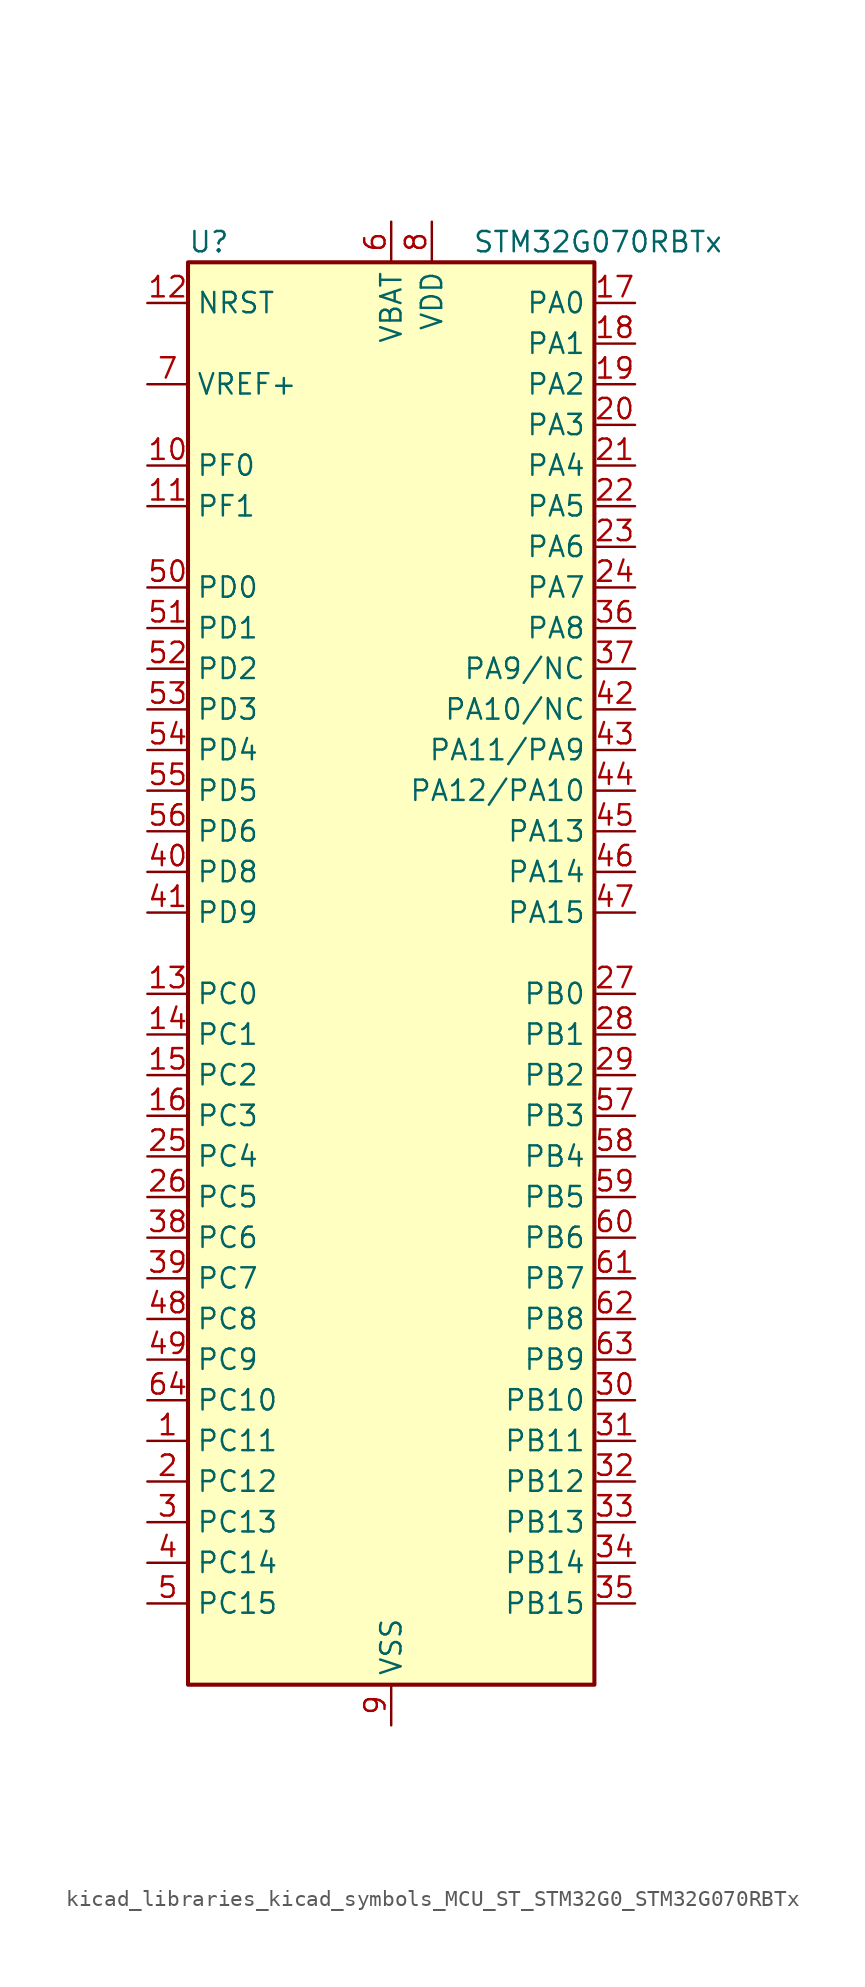
<source format=kicad_sym>
(kicad_symbol_lib
  (version 20220914)
  (generator kicad_symbol_editor)
  (symbol "kicad_libraries_kicad_symbols_MCU_ST_STM32G0_STM32G070RBTx"
    (property "Reference" "U"
      (at -12.7 46.99 0)
      (effects (font (size 1.27 1.27)) (justify left)))
    (property "Value" "STM32G070RBTx"
      (at 5.08 46.99 0)
      (effects (font (size 1.27 1.27)) (justify left)))
    (property "ki_locked" ""
      (at 0 0 0)
      (effects (font (size 1.27 1.27))))
    (symbol "kicad_libraries_kicad_symbols_MCU_ST_STM32G0_STM32G070RBTx_0_1"
      (rectangle (start -12.7 -43.18) (end 12.7 45.72) (stroke (width 0.254) (type default)) (fill (type background))))
    (symbol "kicad_libraries_kicad_symbols_MCU_ST_STM32G0_STM32G070RBTx_1_1"
      (pin bidirectional line (at -15.24 -27.94 0) (length 2.54) (name "PC11" (effects (font (size 1.27 1.27)))) (number "1" (effects (font (size 1.27 1.27)))) (alternate "ADC1_EXTI11" bidirectional line) (alternate "TIM1_CH4" bidirectional line) (alternate "USART3_RX" bidirectional line) (alternate "USART4_RX" bidirectional line))
      (pin bidirectional line (at -15.24 33.02 0) (length 2.54) (name "PF0" (effects (font (size 1.27 1.27)))) (number "10" (effects (font (size 1.27 1.27)))) (alternate "RCC_OSC_IN" bidirectional line) (alternate "TIM14_CH1" bidirectional line))
      (pin bidirectional line (at -15.24 30.48 0) (length 2.54) (name "PF1" (effects (font (size 1.27 1.27)))) (number "11" (effects (font (size 1.27 1.27)))) (alternate "RCC_OSC_EN" bidirectional line) (alternate "RCC_OSC_OUT" bidirectional line) (alternate "TIM15_CH1N" bidirectional line))
      (pin input line (at -15.24 43.18 0) (length 2.54) (name "NRST" (effects (font (size 1.27 1.27)))) (number "12" (effects (font (size 1.27 1.27)))))
      (pin bidirectional line (at -15.24 0 0) (length 2.54) (name "PC0" (effects (font (size 1.27 1.27)))) (number "13" (effects (font (size 1.27 1.27)))))
      (pin bidirectional line (at -15.24 -2.54 0) (length 2.54) (name "PC1" (effects (font (size 1.27 1.27)))) (number "14" (effects (font (size 1.27 1.27)))) (alternate "TIM15_CH1" bidirectional line))
      (pin bidirectional line (at -15.24 -5.08 0) (length 2.54) (name "PC2" (effects (font (size 1.27 1.27)))) (number "15" (effects (font (size 1.27 1.27)))) (alternate "SPI2_MISO" bidirectional line) (alternate "TIM15_CH2" bidirectional line))
      (pin bidirectional line (at -15.24 -7.62 0) (length 2.54) (name "PC3" (effects (font (size 1.27 1.27)))) (number "16" (effects (font (size 1.27 1.27)))) (alternate "SPI2_MOSI" bidirectional line))
      (pin bidirectional line (at 15.24 43.18 180) (length 2.54) (name "PA0" (effects (font (size 1.27 1.27)))) (number "17" (effects (font (size 1.27 1.27)))) (alternate "ADC1_IN0" bidirectional line) (alternate "RTC_TAMP_IN2" bidirectional line) (alternate "SPI2_SCK" bidirectional line) (alternate "SYS_WKUP1" bidirectional line) (alternate "USART2_CTS" bidirectional line) (alternate "USART2_NSS" bidirectional line) (alternate "USART4_TX" bidirectional line))
      (pin bidirectional line (at 15.24 40.64 180) (length 2.54) (name "PA1" (effects (font (size 1.27 1.27)))) (number "18" (effects (font (size 1.27 1.27)))) (alternate "ADC1_IN1" bidirectional line) (alternate "I2C1_SMBA" bidirectional line) (alternate "I2S1_CK" bidirectional line) (alternate "SPI1_SCK" bidirectional line) (alternate "TIM15_CH1N" bidirectional line) (alternate "USART2_CK" bidirectional line) (alternate "USART2_DE" bidirectional line) (alternate "USART2_RTS" bidirectional line) (alternate "USART4_RX" bidirectional line))
      (pin bidirectional line (at 15.24 38.1 180) (length 2.54) (name "PA2" (effects (font (size 1.27 1.27)))) (number "19" (effects (font (size 1.27 1.27)))) (alternate "ADC1_IN2" bidirectional line) (alternate "I2S1_SD" bidirectional line) (alternate "RCC_LSCO" bidirectional line) (alternate "SPI1_MOSI" bidirectional line) (alternate "SYS_WKUP4" bidirectional line) (alternate "TIM15_CH1" bidirectional line) (alternate "USART2_TX" bidirectional line))
      (pin bidirectional line (at -15.24 -30.48 0) (length 2.54) (name "PC12" (effects (font (size 1.27 1.27)))) (number "2" (effects (font (size 1.27 1.27)))) (alternate "TIM14_CH1" bidirectional line))
      (pin bidirectional line (at 15.24 35.56 180) (length 2.54) (name "PA3" (effects (font (size 1.27 1.27)))) (number "20" (effects (font (size 1.27 1.27)))) (alternate "ADC1_IN3" bidirectional line) (alternate "SPI2_MISO" bidirectional line) (alternate "TIM15_CH2" bidirectional line) (alternate "USART2_RX" bidirectional line))
      (pin bidirectional line (at 15.24 33.02 180) (length 2.54) (name "PA4" (effects (font (size 1.27 1.27)))) (number "21" (effects (font (size 1.27 1.27)))) (alternate "ADC1_IN4" bidirectional line) (alternate "I2S1_WS" bidirectional line) (alternate "RTC_OUT_ALARM" bidirectional line) (alternate "RTC_OUT_CALIB" bidirectional line) (alternate "SPI1_NSS" bidirectional line) (alternate "SPI2_MOSI" bidirectional line) (alternate "TIM14_CH1" bidirectional line))
      (pin bidirectional line (at 15.24 30.48 180) (length 2.54) (name "PA5" (effects (font (size 1.27 1.27)))) (number "22" (effects (font (size 1.27 1.27)))) (alternate "ADC1_IN5" bidirectional line) (alternate "I2S1_CK" bidirectional line) (alternate "SPI1_SCK" bidirectional line) (alternate "USART3_TX" bidirectional line))
      (pin bidirectional line (at 15.24 27.94 180) (length 2.54) (name "PA6" (effects (font (size 1.27 1.27)))) (number "23" (effects (font (size 1.27 1.27)))) (alternate "ADC1_IN6" bidirectional line) (alternate "I2S1_MCK" bidirectional line) (alternate "SPI1_MISO" bidirectional line) (alternate "TIM16_CH1" bidirectional line) (alternate "TIM1_BK" bidirectional line) (alternate "TIM3_CH1" bidirectional line) (alternate "USART3_CTS" bidirectional line) (alternate "USART3_NSS" bidirectional line))
      (pin bidirectional line (at 15.24 25.4 180) (length 2.54) (name "PA7" (effects (font (size 1.27 1.27)))) (number "24" (effects (font (size 1.27 1.27)))) (alternate "ADC1_IN7" bidirectional line) (alternate "I2S1_SD" bidirectional line) (alternate "SPI1_MOSI" bidirectional line) (alternate "TIM14_CH1" bidirectional line) (alternate "TIM17_CH1" bidirectional line) (alternate "TIM1_CH1N" bidirectional line) (alternate "TIM3_CH2" bidirectional line))
      (pin bidirectional line (at -15.24 -10.16 0) (length 2.54) (name "PC4" (effects (font (size 1.27 1.27)))) (number "25" (effects (font (size 1.27 1.27)))) (alternate "ADC1_IN17" bidirectional line) (alternate "USART1_TX" bidirectional line) (alternate "USART3_TX" bidirectional line))
      (pin bidirectional line (at -15.24 -12.7 0) (length 2.54) (name "PC5" (effects (font (size 1.27 1.27)))) (number "26" (effects (font (size 1.27 1.27)))) (alternate "ADC1_IN18" bidirectional line) (alternate "SYS_WKUP5" bidirectional line) (alternate "USART1_RX" bidirectional line) (alternate "USART3_RX" bidirectional line))
      (pin bidirectional line (at 15.24 0 180) (length 2.54) (name "PB0" (effects (font (size 1.27 1.27)))) (number "27" (effects (font (size 1.27 1.27)))) (alternate "ADC1_IN8" bidirectional line) (alternate "I2S1_WS" bidirectional line) (alternate "SPI1_NSS" bidirectional line) (alternate "TIM1_CH2N" bidirectional line) (alternate "TIM3_CH3" bidirectional line) (alternate "USART3_RX" bidirectional line))
      (pin bidirectional line (at 15.24 -2.54 180) (length 2.54) (name "PB1" (effects (font (size 1.27 1.27)))) (number "28" (effects (font (size 1.27 1.27)))) (alternate "ADC1_IN9" bidirectional line) (alternate "TIM14_CH1" bidirectional line) (alternate "TIM1_CH3N" bidirectional line) (alternate "TIM3_CH4" bidirectional line) (alternate "USART3_CK" bidirectional line) (alternate "USART3_DE" bidirectional line) (alternate "USART3_RTS" bidirectional line))
      (pin bidirectional line (at 15.24 -5.08 180) (length 2.54) (name "PB2" (effects (font (size 1.27 1.27)))) (number "29" (effects (font (size 1.27 1.27)))) (alternate "ADC1_IN10" bidirectional line) (alternate "SPI2_MISO" bidirectional line) (alternate "USART3_TX" bidirectional line))
      (pin bidirectional line (at -15.24 -33.02 0) (length 2.54) (name "PC13" (effects (font (size 1.27 1.27)))) (number "3" (effects (font (size 1.27 1.27)))) (alternate "RTC_OUT_ALARM" bidirectional line) (alternate "RTC_OUT_CALIB" bidirectional line) (alternate "RTC_TAMP_IN1" bidirectional line) (alternate "RTC_TS" bidirectional line) (alternate "SYS_WKUP2" bidirectional line) (alternate "TIM1_BK" bidirectional line))
      (pin bidirectional line (at 15.24 -25.4 180) (length 2.54) (name "PB10" (effects (font (size 1.27 1.27)))) (number "30" (effects (font (size 1.27 1.27)))) (alternate "ADC1_IN11" bidirectional line) (alternate "I2C2_SCL" bidirectional line) (alternate "SPI2_SCK" bidirectional line) (alternate "USART3_TX" bidirectional line))
      (pin bidirectional line (at 15.24 -27.94 180) (length 2.54) (name "PB11" (effects (font (size 1.27 1.27)))) (number "31" (effects (font (size 1.27 1.27)))) (alternate "ADC1_EXTI11" bidirectional line) (alternate "ADC1_IN15" bidirectional line) (alternate "I2C2_SDA" bidirectional line) (alternate "SPI2_MOSI" bidirectional line) (alternate "USART3_RX" bidirectional line))
      (pin bidirectional line (at 15.24 -30.48 180) (length 2.54) (name "PB12" (effects (font (size 1.27 1.27)))) (number "32" (effects (font (size 1.27 1.27)))) (alternate "ADC1_IN16" bidirectional line) (alternate "SPI2_NSS" bidirectional line) (alternate "TIM15_BK" bidirectional line) (alternate "TIM1_BK" bidirectional line))
      (pin bidirectional line (at 15.24 -33.02 180) (length 2.54) (name "PB13" (effects (font (size 1.27 1.27)))) (number "33" (effects (font (size 1.27 1.27)))) (alternate "I2C2_SCL" bidirectional line) (alternate "SPI2_SCK" bidirectional line) (alternate "TIM15_CH1N" bidirectional line) (alternate "TIM1_CH1N" bidirectional line) (alternate "USART3_CTS" bidirectional line) (alternate "USART3_NSS" bidirectional line))
      (pin bidirectional line (at 15.24 -35.56 180) (length 2.54) (name "PB14" (effects (font (size 1.27 1.27)))) (number "34" (effects (font (size 1.27 1.27)))) (alternate "I2C2_SDA" bidirectional line) (alternate "SPI2_MISO" bidirectional line) (alternate "TIM15_CH1" bidirectional line) (alternate "TIM1_CH2N" bidirectional line) (alternate "USART3_CK" bidirectional line) (alternate "USART3_DE" bidirectional line) (alternate "USART3_RTS" bidirectional line))
      (pin bidirectional line (at 15.24 -38.1 180) (length 2.54) (name "PB15" (effects (font (size 1.27 1.27)))) (number "35" (effects (font (size 1.27 1.27)))) (alternate "RTC_REFIN" bidirectional line) (alternate "SPI2_MOSI" bidirectional line) (alternate "TIM15_CH1N" bidirectional line) (alternate "TIM15_CH2" bidirectional line) (alternate "TIM1_CH3N" bidirectional line))
      (pin bidirectional line (at 15.24 22.86 180) (length 2.54) (name "PA8" (effects (font (size 1.27 1.27)))) (number "36" (effects (font (size 1.27 1.27)))) (alternate "RCC_MCO" bidirectional line) (alternate "SPI2_NSS" bidirectional line) (alternate "TIM1_CH1" bidirectional line))
      (pin bidirectional line (at 15.24 20.32 180) (length 2.54) (name "PA9/NC" (effects (font (size 1.27 1.27)))) (number "37" (effects (font (size 1.27 1.27)))) (alternate "I2C1_SCL" bidirectional line) (alternate "RCC_MCO" bidirectional line) (alternate "SPI2_MISO" bidirectional line) (alternate "TIM15_BK" bidirectional line) (alternate "TIM1_CH2" bidirectional line) (alternate "USART1_TX" bidirectional line))
      (pin bidirectional line (at -15.24 -15.24 0) (length 2.54) (name "PC6" (effects (font (size 1.27 1.27)))) (number "38" (effects (font (size 1.27 1.27)))) (alternate "TIM3_CH1" bidirectional line))
      (pin bidirectional line (at -15.24 -17.78 0) (length 2.54) (name "PC7" (effects (font (size 1.27 1.27)))) (number "39" (effects (font (size 1.27 1.27)))) (alternate "TIM3_CH2" bidirectional line))
      (pin bidirectional line (at -15.24 -35.56 0) (length 2.54) (name "PC14" (effects (font (size 1.27 1.27)))) (number "4" (effects (font (size 1.27 1.27)))) (alternate "RCC_OSC32_IN" bidirectional line) (alternate "TIM1_BK2" bidirectional line))
      (pin bidirectional line (at -15.24 7.62 0) (length 2.54) (name "PD8" (effects (font (size 1.27 1.27)))) (number "40" (effects (font (size 1.27 1.27)))) (alternate "I2S1_CK" bidirectional line) (alternate "SPI1_SCK" bidirectional line) (alternate "USART3_TX" bidirectional line))
      (pin bidirectional line (at -15.24 5.08 0) (length 2.54) (name "PD9" (effects (font (size 1.27 1.27)))) (number "41" (effects (font (size 1.27 1.27)))) (alternate "I2S1_WS" bidirectional line) (alternate "SPI1_NSS" bidirectional line) (alternate "TIM1_BK2" bidirectional line) (alternate "USART3_RX" bidirectional line))
      (pin bidirectional line (at 15.24 17.78 180) (length 2.54) (name "PA10/NC" (effects (font (size 1.27 1.27)))) (number "42" (effects (font (size 1.27 1.27)))) (alternate "I2C1_SDA" bidirectional line) (alternate "SPI2_MOSI" bidirectional line) (alternate "TIM17_BK" bidirectional line) (alternate "TIM1_CH3" bidirectional line) (alternate "USART1_RX" bidirectional line))
      (pin bidirectional line (at 15.24 15.24 180) (length 2.54) (name "PA11/PA9" (effects (font (size 1.27 1.27)))) (number "43" (effects (font (size 1.27 1.27)))) (alternate "ADC1_EXTI11" bidirectional line) (alternate "I2C2_SCL" bidirectional line) (alternate "I2S1_MCK" bidirectional line) (alternate "SPI1_MISO" bidirectional line) (alternate "TIM1_BK2" bidirectional line) (alternate "TIM1_CH4" bidirectional line) (alternate "USART1_CTS" bidirectional line) (alternate "USART1_NSS" bidirectional line))
      (pin bidirectional line (at 15.24 12.7 180) (length 2.54) (name "PA12/PA10" (effects (font (size 1.27 1.27)))) (number "44" (effects (font (size 1.27 1.27)))) (alternate "I2C2_SDA" bidirectional line) (alternate "I2S1_SD" bidirectional line) (alternate "I2S_CKIN" bidirectional line) (alternate "SPI1_MOSI" bidirectional line) (alternate "TIM1_ETR" bidirectional line) (alternate "USART1_CK" bidirectional line) (alternate "USART1_DE" bidirectional line) (alternate "USART1_RTS" bidirectional line))
      (pin bidirectional line (at 15.24 10.16 180) (length 2.54) (name "PA13" (effects (font (size 1.27 1.27)))) (number "45" (effects (font (size 1.27 1.27)))) (alternate "IR_OUT" bidirectional line) (alternate "SYS_SWDIO" bidirectional line))
      (pin bidirectional line (at 15.24 7.62 180) (length 2.54) (name "PA14" (effects (font (size 1.27 1.27)))) (number "46" (effects (font (size 1.27 1.27)))) (alternate "SYS_SWCLK" bidirectional line) (alternate "USART2_TX" bidirectional line))
      (pin bidirectional line (at 15.24 5.08 180) (length 2.54) (name "PA15" (effects (font (size 1.27 1.27)))) (number "47" (effects (font (size 1.27 1.27)))) (alternate "I2S1_WS" bidirectional line) (alternate "SPI1_NSS" bidirectional line) (alternate "USART2_RX" bidirectional line) (alternate "USART3_CK" bidirectional line) (alternate "USART3_DE" bidirectional line) (alternate "USART3_RTS" bidirectional line) (alternate "USART4_CK" bidirectional line) (alternate "USART4_DE" bidirectional line) (alternate "USART4_RTS" bidirectional line))
      (pin bidirectional line (at -15.24 -20.32 0) (length 2.54) (name "PC8" (effects (font (size 1.27 1.27)))) (number "48" (effects (font (size 1.27 1.27)))) (alternate "TIM1_CH1" bidirectional line) (alternate "TIM3_CH3" bidirectional line))
      (pin bidirectional line (at -15.24 -22.86 0) (length 2.54) (name "PC9" (effects (font (size 1.27 1.27)))) (number "49" (effects (font (size 1.27 1.27)))) (alternate "I2S_CKIN" bidirectional line) (alternate "TIM1_CH2" bidirectional line) (alternate "TIM3_CH4" bidirectional line))
      (pin bidirectional line (at -15.24 -38.1 0) (length 2.54) (name "PC15" (effects (font (size 1.27 1.27)))) (number "5" (effects (font (size 1.27 1.27)))) (alternate "RCC_OSC32_EN" bidirectional line) (alternate "RCC_OSC32_OUT" bidirectional line) (alternate "RCC_OSC_EN" bidirectional line) (alternate "TIM15_BK" bidirectional line))
      (pin bidirectional line (at -15.24 25.4 0) (length 2.54) (name "PD0" (effects (font (size 1.27 1.27)))) (number "50" (effects (font (size 1.27 1.27)))) (alternate "SPI2_NSS" bidirectional line) (alternate "TIM16_CH1" bidirectional line))
      (pin bidirectional line (at -15.24 22.86 0) (length 2.54) (name "PD1" (effects (font (size 1.27 1.27)))) (number "51" (effects (font (size 1.27 1.27)))) (alternate "SPI2_SCK" bidirectional line) (alternate "TIM17_CH1" bidirectional line))
      (pin bidirectional line (at -15.24 20.32 0) (length 2.54) (name "PD2" (effects (font (size 1.27 1.27)))) (number "52" (effects (font (size 1.27 1.27)))) (alternate "TIM1_CH1N" bidirectional line) (alternate "TIM3_ETR" bidirectional line) (alternate "USART3_CK" bidirectional line) (alternate "USART3_DE" bidirectional line) (alternate "USART3_RTS" bidirectional line))
      (pin bidirectional line (at -15.24 17.78 0) (length 2.54) (name "PD3" (effects (font (size 1.27 1.27)))) (number "53" (effects (font (size 1.27 1.27)))) (alternate "SPI2_MISO" bidirectional line) (alternate "TIM1_CH2N" bidirectional line) (alternate "USART2_CTS" bidirectional line) (alternate "USART2_NSS" bidirectional line))
      (pin bidirectional line (at -15.24 15.24 0) (length 2.54) (name "PD4" (effects (font (size 1.27 1.27)))) (number "54" (effects (font (size 1.27 1.27)))) (alternate "SPI2_MOSI" bidirectional line) (alternate "TIM1_CH3N" bidirectional line) (alternate "USART2_CK" bidirectional line) (alternate "USART2_DE" bidirectional line) (alternate "USART2_RTS" bidirectional line))
      (pin bidirectional line (at -15.24 12.7 0) (length 2.54) (name "PD5" (effects (font (size 1.27 1.27)))) (number "55" (effects (font (size 1.27 1.27)))) (alternate "I2S1_MCK" bidirectional line) (alternate "SPI1_MISO" bidirectional line) (alternate "TIM1_BK" bidirectional line) (alternate "USART2_TX" bidirectional line))
      (pin bidirectional line (at -15.24 10.16 0) (length 2.54) (name "PD6" (effects (font (size 1.27 1.27)))) (number "56" (effects (font (size 1.27 1.27)))) (alternate "I2S1_SD" bidirectional line) (alternate "SPI1_MOSI" bidirectional line) (alternate "USART2_RX" bidirectional line))
      (pin bidirectional line (at 15.24 -7.62 180) (length 2.54) (name "PB3" (effects (font (size 1.27 1.27)))) (number "57" (effects (font (size 1.27 1.27)))) (alternate "I2S1_CK" bidirectional line) (alternate "SPI1_SCK" bidirectional line) (alternate "TIM1_CH2" bidirectional line) (alternate "USART1_CK" bidirectional line) (alternate "USART1_DE" bidirectional line) (alternate "USART1_RTS" bidirectional line))
      (pin bidirectional line (at 15.24 -10.16 180) (length 2.54) (name "PB4" (effects (font (size 1.27 1.27)))) (number "58" (effects (font (size 1.27 1.27)))) (alternate "I2S1_MCK" bidirectional line) (alternate "SPI1_MISO" bidirectional line) (alternate "TIM17_BK" bidirectional line) (alternate "TIM3_CH1" bidirectional line) (alternate "USART1_CTS" bidirectional line) (alternate "USART1_NSS" bidirectional line))
      (pin bidirectional line (at 15.24 -12.7 180) (length 2.54) (name "PB5" (effects (font (size 1.27 1.27)))) (number "59" (effects (font (size 1.27 1.27)))) (alternate "I2C1_SMBA" bidirectional line) (alternate "I2S1_SD" bidirectional line) (alternate "SPI1_MOSI" bidirectional line) (alternate "SYS_WKUP6" bidirectional line) (alternate "TIM16_BK" bidirectional line) (alternate "TIM3_CH2" bidirectional line))
      (pin power_in line (at 0 48.26 270) (length 2.54) (name "VBAT" (effects (font (size 1.27 1.27)))) (number "6" (effects (font (size 1.27 1.27)))))
      (pin bidirectional line (at 15.24 -15.24 180) (length 2.54) (name "PB6" (effects (font (size 1.27 1.27)))) (number "60" (effects (font (size 1.27 1.27)))) (alternate "I2C1_SCL" bidirectional line) (alternate "SPI2_MISO" bidirectional line) (alternate "TIM16_CH1N" bidirectional line) (alternate "TIM1_CH3" bidirectional line) (alternate "USART1_TX" bidirectional line))
      (pin bidirectional line (at 15.24 -17.78 180) (length 2.54) (name "PB7" (effects (font (size 1.27 1.27)))) (number "61" (effects (font (size 1.27 1.27)))) (alternate "I2C1_SDA" bidirectional line) (alternate "SPI2_MOSI" bidirectional line) (alternate "TIM17_CH1N" bidirectional line) (alternate "USART1_RX" bidirectional line) (alternate "USART4_CTS" bidirectional line) (alternate "USART4_NSS" bidirectional line))
      (pin bidirectional line (at 15.24 -20.32 180) (length 2.54) (name "PB8" (effects (font (size 1.27 1.27)))) (number "62" (effects (font (size 1.27 1.27)))) (alternate "I2C1_SCL" bidirectional line) (alternate "SPI2_SCK" bidirectional line) (alternate "TIM15_BK" bidirectional line) (alternate "TIM16_CH1" bidirectional line) (alternate "USART3_TX" bidirectional line))
      (pin bidirectional line (at 15.24 -22.86 180) (length 2.54) (name "PB9" (effects (font (size 1.27 1.27)))) (number "63" (effects (font (size 1.27 1.27)))) (alternate "I2C1_SDA" bidirectional line) (alternate "IR_OUT" bidirectional line) (alternate "SPI2_NSS" bidirectional line) (alternate "TIM17_CH1" bidirectional line) (alternate "USART3_RX" bidirectional line))
      (pin bidirectional line (at -15.24 -25.4 0) (length 2.54) (name "PC10" (effects (font (size 1.27 1.27)))) (number "64" (effects (font (size 1.27 1.27)))) (alternate "TIM1_CH3" bidirectional line) (alternate "USART3_TX" bidirectional line) (alternate "USART4_TX" bidirectional line))
      (pin input line (at -15.24 38.1 0) (length 2.54) (name "VREF+" (effects (font (size 1.27 1.27)))) (number "7" (effects (font (size 1.27 1.27)))))
      (pin power_in line (at 2.54 48.26 270) (length 2.54) (name "VDD" (effects (font (size 1.27 1.27)))) (number "8" (effects (font (size 1.27 1.27)))))
      (pin power_in line (at 0 -45.72 90) (length 2.54) (name "VSS" (effects (font (size 1.27 1.27)))) (number "9" (effects (font (size 1.27 1.27))))))))
</source>
